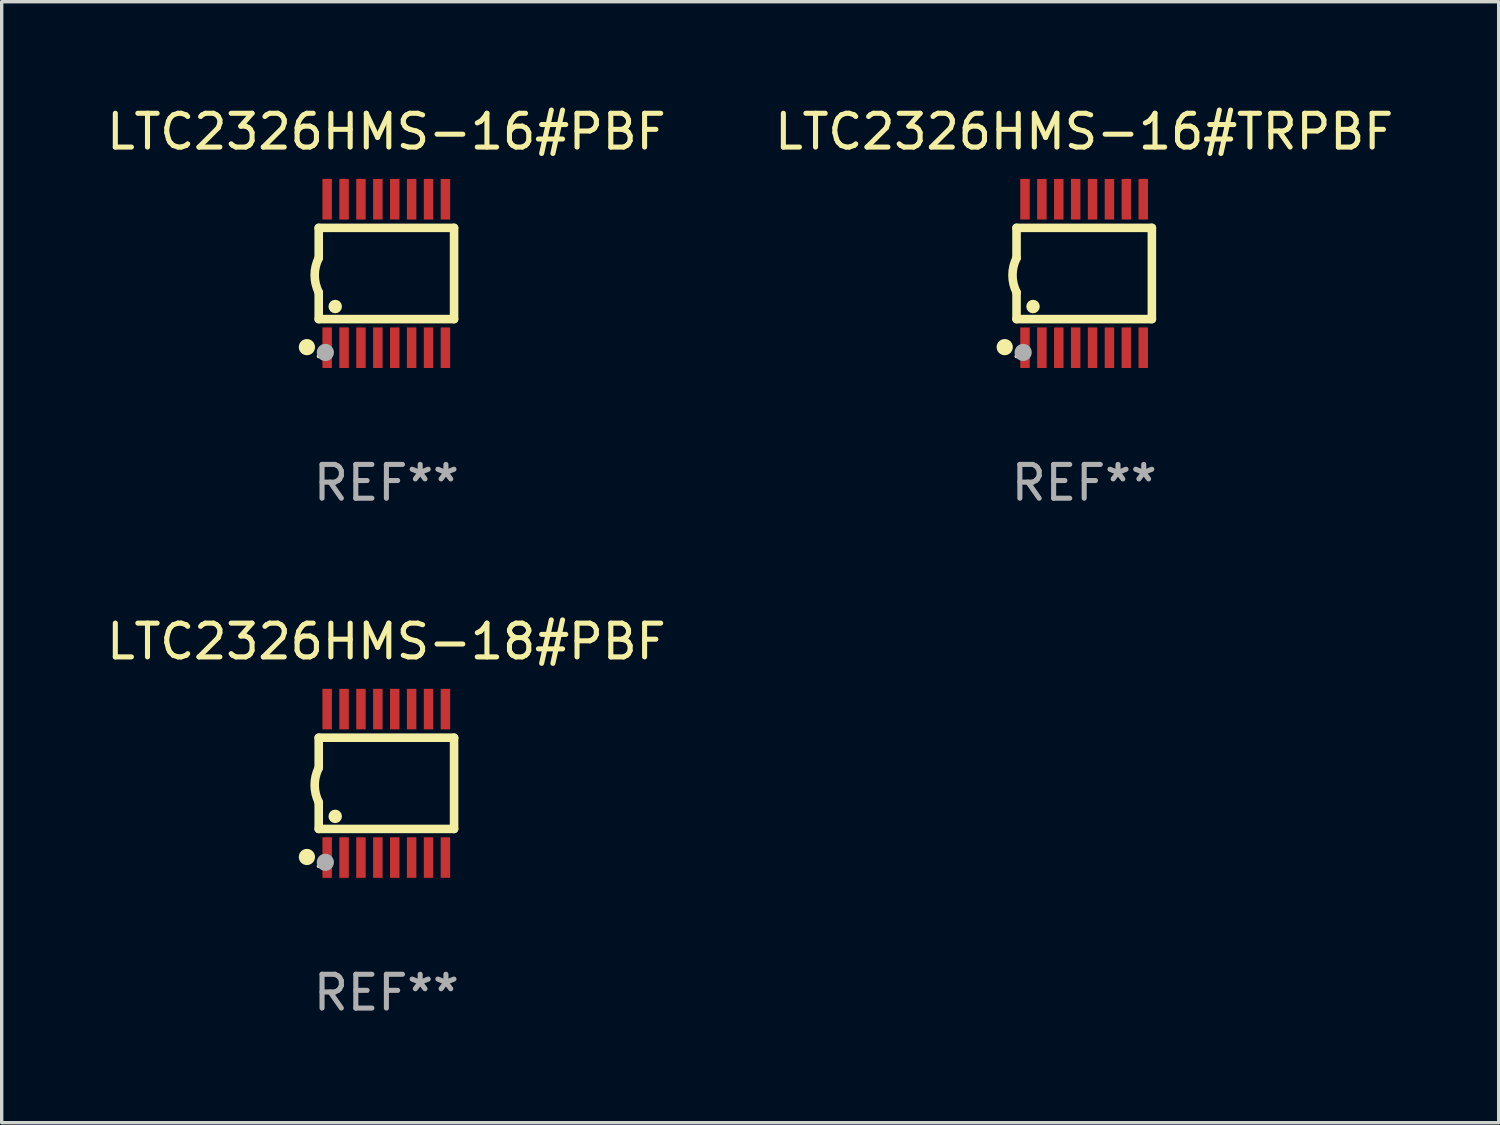
<source format=kicad_pcb>
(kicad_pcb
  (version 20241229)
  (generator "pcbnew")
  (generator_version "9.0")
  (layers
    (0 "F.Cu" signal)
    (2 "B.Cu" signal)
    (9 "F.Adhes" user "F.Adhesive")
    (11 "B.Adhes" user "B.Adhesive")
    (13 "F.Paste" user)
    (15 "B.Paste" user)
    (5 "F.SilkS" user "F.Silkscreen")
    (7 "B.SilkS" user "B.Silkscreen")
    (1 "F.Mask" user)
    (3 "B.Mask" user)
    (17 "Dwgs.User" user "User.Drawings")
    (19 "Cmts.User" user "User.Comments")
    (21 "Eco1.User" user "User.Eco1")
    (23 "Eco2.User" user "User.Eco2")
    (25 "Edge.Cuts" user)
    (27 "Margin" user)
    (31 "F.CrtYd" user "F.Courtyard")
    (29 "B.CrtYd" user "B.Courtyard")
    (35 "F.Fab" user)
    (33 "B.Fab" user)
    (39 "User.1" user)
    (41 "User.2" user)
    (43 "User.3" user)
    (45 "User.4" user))
  (footprint "LTC2326HMS-18#PBF"
    (layer "F.Cu")
    (at 8.387 20.136)
    (property "Reference" "LTC2326HMS-18#PBF" (at 0 -4.197 0) (layer "F.SilkS") (effects (font (size 1 1) (thickness 0.15))))
    (attr through_hole)
    (fp_line (start -2.003 -1.35) (end -2.003 -0.457) (stroke (width 0.254) (type solid)) (layer "F.SilkS"))
    (fp_line (start -2.003 -1.35) (end 2.003 -1.35) (stroke (width 0.254) (type solid)) (layer "F.SilkS"))
    (fp_line (start -2.003 1.35) (end -2.003 0.559) (stroke (width 0.254) (type solid)) (layer "F.SilkS"))
    (fp_line (start -2.003 1.35) (end 2.003 1.35) (stroke (width 0.254) (type solid)) (layer "F.SilkS"))
    (fp_line (start 2.003 -1.35) (end 2.003 1.35) (stroke (width 0.254) (type solid)) (layer "F.SilkS"))
    (fp_arc (start -2.002286 0.558802) (mid -2.122556 0.05092) (end -2.003302 -0.457201) (stroke (width 0.254001) (type solid)) (layer "F.SilkS"))
    (fp_circle (center -2.353 2.18) (end -2.233 2.18) (stroke (width 0.24) (type solid)) (fill no) (layer "F.SilkS"))
    (fp_circle (center -2.003 2.45) (end -1.973 2.45) (stroke (width 0.06) (type solid)) (fill no) (layer "F.SilkS"))
    (fp_circle (center -1.515 0.978) (end -1.415 0.978) (stroke (width 0.2) (type solid)) (fill no) (layer "F.SilkS"))
    (fp_circle (center -1.807 2.337) (end -1.68 2.337) (stroke (width 0.254) (type solid)) (fill no) (layer "F.Fab"))
    (fp_text user "REF**" (at 0 6.197 0) (layer "F.Fab") (effects (font (size 1 1) (thickness 0.15))))
    (pad "1" smd rect (at -1.753 2.197 90) (size 1.2 0.28) (layers "F.Cu" "F.Mask" "F.Paste"))
    (pad "2" smd rect (at -1.253 2.197 90) (size 1.2 0.28) (layers "F.Cu" "F.Mask" "F.Paste"))
    (pad "3" smd rect (at -0.753 2.197 90) (size 1.2 0.28) (layers "F.Cu" "F.Mask" "F.Paste"))
    (pad "4" smd rect (at -0.253 2.197 90) (size 1.2 0.28) (layers "F.Cu" "F.Mask" "F.Paste"))
    (pad "5" smd rect (at 0.247 2.197 90) (size 1.2 0.28) (layers "F.Cu" "F.Mask" "F.Paste"))
    (pad "6" smd rect (at 0.747 2.197 90) (size 1.2 0.28) (layers "F.Cu" "F.Mask" "F.Paste"))
    (pad "7" smd rect (at 1.247 2.197 90) (size 1.2 0.28) (layers "F.Cu" "F.Mask" "F.Paste"))
    (pad "8" smd rect (at 1.747 2.197 90) (size 1.2 0.28) (layers "F.Cu" "F.Mask" "F.Paste"))
    (pad "9" smd rect (at 1.747 -2.197 90) (size 1.2 0.28) (layers "F.Cu" "F.Mask" "F.Paste"))
    (pad "10" smd rect (at 1.247 -2.197 90) (size 1.2 0.28) (layers "F.Cu" "F.Mask" "F.Paste"))
    (pad "11" smd rect (at 0.747 -2.197 90) (size 1.2 0.28) (layers "F.Cu" "F.Mask" "F.Paste"))
    (pad "12" smd rect (at 0.247 -2.197 90) (size 1.2 0.28) (layers "F.Cu" "F.Mask" "F.Paste"))
    (pad "13" smd rect (at -0.253 -2.197 90) (size 1.2 0.28) (layers "F.Cu" "F.Mask" "F.Paste"))
    (pad "14" smd rect (at -0.753 -2.197 90) (size 1.2 0.28) (layers "F.Cu" "F.Mask" "F.Paste"))
    (pad "15" smd rect (at -1.253 -2.197 90) (size 1.2 0.28) (layers "F.Cu" "F.Mask" "F.Paste"))
    (pad "16" smd rect (at -1.753 -2.197 90) (size 1.2 0.28) (layers "F.Cu" "F.Mask" "F.Paste")))
  (footprint "LTC2326HMS-16#TRPBF"
    (layer "F.Cu")
    (at 29.042 5.045)
    (property "Reference" "LTC2326HMS-16#TRPBF" (at 0 -4.197 0) (layer "F.SilkS") (effects (font (size 1 1) (thickness 0.15))))
    (attr through_hole)
    (fp_line (start -2.003 -1.35) (end -2.003 -0.457) (stroke (width 0.254) (type solid)) (layer "F.SilkS"))
    (fp_line (start -2.003 -1.35) (end 2.003 -1.35) (stroke (width 0.254) (type solid)) (layer "F.SilkS"))
    (fp_line (start -2.003 1.35) (end -2.003 0.559) (stroke (width 0.254) (type solid)) (layer "F.SilkS"))
    (fp_line (start -2.003 1.35) (end 2.003 1.35) (stroke (width 0.254) (type solid)) (layer "F.SilkS"))
    (fp_line (start 2.003 -1.35) (end 2.003 1.35) (stroke (width 0.254) (type solid)) (layer "F.SilkS"))
    (fp_arc (start -2.002286 0.558802) (mid -2.122556 0.05092) (end -2.003302 -0.457201) (stroke (width 0.254001) (type solid)) (layer "F.SilkS"))
    (fp_circle (center -2.353 2.18) (end -2.233 2.18) (stroke (width 0.24) (type solid)) (fill no) (layer "F.SilkS"))
    (fp_circle (center -2.003 2.45) (end -1.973 2.45) (stroke (width 0.06) (type solid)) (fill no) (layer "F.SilkS"))
    (fp_circle (center -1.515 0.978) (end -1.415 0.978) (stroke (width 0.2) (type solid)) (fill no) (layer "F.SilkS"))
    (fp_circle (center -1.807 2.337) (end -1.68 2.337) (stroke (width 0.254) (type solid)) (fill no) (layer "F.Fab"))
    (fp_text user "REF**" (at 0 6.197 0) (layer "F.Fab") (effects (font (size 1 1) (thickness 0.15))))
    (pad "1" smd rect (at -1.753 2.197 90) (size 1.2 0.28) (layers "F.Cu" "F.Mask" "F.Paste"))
    (pad "2" smd rect (at -1.253 2.197 90) (size 1.2 0.28) (layers "F.Cu" "F.Mask" "F.Paste"))
    (pad "3" smd rect (at -0.753 2.197 90) (size 1.2 0.28) (layers "F.Cu" "F.Mask" "F.Paste"))
    (pad "4" smd rect (at -0.253 2.197 90) (size 1.2 0.28) (layers "F.Cu" "F.Mask" "F.Paste"))
    (pad "5" smd rect (at 0.247 2.197 90) (size 1.2 0.28) (layers "F.Cu" "F.Mask" "F.Paste"))
    (pad "6" smd rect (at 0.747 2.197 90) (size 1.2 0.28) (layers "F.Cu" "F.Mask" "F.Paste"))
    (pad "7" smd rect (at 1.247 2.197 90) (size 1.2 0.28) (layers "F.Cu" "F.Mask" "F.Paste"))
    (pad "8" smd rect (at 1.747 2.197 90) (size 1.2 0.28) (layers "F.Cu" "F.Mask" "F.Paste"))
    (pad "9" smd rect (at 1.747 -2.197 90) (size 1.2 0.28) (layers "F.Cu" "F.Mask" "F.Paste"))
    (pad "10" smd rect (at 1.247 -2.197 90) (size 1.2 0.28) (layers "F.Cu" "F.Mask" "F.Paste"))
    (pad "11" smd rect (at 0.747 -2.197 90) (size 1.2 0.28) (layers "F.Cu" "F.Mask" "F.Paste"))
    (pad "12" smd rect (at 0.247 -2.197 90) (size 1.2 0.28) (layers "F.Cu" "F.Mask" "F.Paste"))
    (pad "13" smd rect (at -0.253 -2.197 90) (size 1.2 0.28) (layers "F.Cu" "F.Mask" "F.Paste"))
    (pad "14" smd rect (at -0.753 -2.197 90) (size 1.2 0.28) (layers "F.Cu" "F.Mask" "F.Paste"))
    (pad "15" smd rect (at -1.253 -2.197 90) (size 1.2 0.28) (layers "F.Cu" "F.Mask" "F.Paste"))
    (pad "16" smd rect (at -1.753 -2.197 90) (size 1.2 0.28) (layers "F.Cu" "F.Mask" "F.Paste")))
  (footprint "LTC2326HMS-16#PBF"
    (layer "F.Cu")
    (at 8.387 5.045)
    (property "Reference" "LTC2326HMS-16#PBF" (at 0 -4.197 0) (layer "F.SilkS") (effects (font (size 1 1) (thickness 0.15))))
    (attr through_hole)
    (fp_line (start -2.003 -1.35) (end -2.003 -0.457) (stroke (width 0.254) (type solid)) (layer "F.SilkS"))
    (fp_line (start -2.003 -1.35) (end 2.003 -1.35) (stroke (width 0.254) (type solid)) (layer "F.SilkS"))
    (fp_line (start -2.003 1.35) (end -2.003 0.559) (stroke (width 0.254) (type solid)) (layer "F.SilkS"))
    (fp_line (start -2.003 1.35) (end 2.003 1.35) (stroke (width 0.254) (type solid)) (layer "F.SilkS"))
    (fp_line (start 2.003 -1.35) (end 2.003 1.35) (stroke (width 0.254) (type solid)) (layer "F.SilkS"))
    (fp_arc (start -2.002286 0.558802) (mid -2.122556 0.05092) (end -2.003302 -0.457201) (stroke (width 0.254001) (type solid)) (layer "F.SilkS"))
    (fp_circle (center -2.353 2.18) (end -2.233 2.18) (stroke (width 0.24) (type solid)) (fill no) (layer "F.SilkS"))
    (fp_circle (center -2.003 2.45) (end -1.973 2.45) (stroke (width 0.06) (type solid)) (fill no) (layer "F.SilkS"))
    (fp_circle (center -1.515 0.978) (end -1.415 0.978) (stroke (width 0.2) (type solid)) (fill no) (layer "F.SilkS"))
    (fp_circle (center -1.807 2.337) (end -1.68 2.337) (stroke (width 0.254) (type solid)) (fill no) (layer "F.Fab"))
    (fp_text user "REF**" (at 0 6.197 0) (layer "F.Fab") (effects (font (size 1 1) (thickness 0.15))))
    (pad "1" smd rect (at -1.753 2.197 90) (size 1.2 0.28) (layers "F.Cu" "F.Mask" "F.Paste"))
    (pad "2" smd rect (at -1.253 2.197 90) (size 1.2 0.28) (layers "F.Cu" "F.Mask" "F.Paste"))
    (pad "3" smd rect (at -0.753 2.197 90) (size 1.2 0.28) (layers "F.Cu" "F.Mask" "F.Paste"))
    (pad "4" smd rect (at -0.253 2.197 90) (size 1.2 0.28) (layers "F.Cu" "F.Mask" "F.Paste"))
    (pad "5" smd rect (at 0.247 2.197 90) (size 1.2 0.28) (layers "F.Cu" "F.Mask" "F.Paste"))
    (pad "6" smd rect (at 0.747 2.197 90) (size 1.2 0.28) (layers "F.Cu" "F.Mask" "F.Paste"))
    (pad "7" smd rect (at 1.247 2.197 90) (size 1.2 0.28) (layers "F.Cu" "F.Mask" "F.Paste"))
    (pad "8" smd rect (at 1.747 2.197 90) (size 1.2 0.28) (layers "F.Cu" "F.Mask" "F.Paste"))
    (pad "9" smd rect (at 1.747 -2.197 90) (size 1.2 0.28) (layers "F.Cu" "F.Mask" "F.Paste"))
    (pad "10" smd rect (at 1.247 -2.197 90) (size 1.2 0.28) (layers "F.Cu" "F.Mask" "F.Paste"))
    (pad "11" smd rect (at 0.747 -2.197 90) (size 1.2 0.28) (layers "F.Cu" "F.Mask" "F.Paste"))
    (pad "12" smd rect (at 0.247 -2.197 90) (size 1.2 0.28) (layers "F.Cu" "F.Mask" "F.Paste"))
    (pad "13" smd rect (at -0.253 -2.197 90) (size 1.2 0.28) (layers "F.Cu" "F.Mask" "F.Paste"))
    (pad "14" smd rect (at -0.753 -2.197 90) (size 1.2 0.28) (layers "F.Cu" "F.Mask" "F.Paste"))
    (pad "15" smd rect (at -1.253 -2.197 90) (size 1.2 0.28) (layers "F.Cu" "F.Mask" "F.Paste"))
    (pad "16" smd rect (at -1.753 -2.197 90) (size 1.2 0.28) (layers "F.Cu" "F.Mask" "F.Paste")))
  (gr_rect
    (start -3 -3)
    (end 41.31 30.181)
    (stroke (width 0.1) (type default))
    (fill no)
    (layer "Edge.Cuts")))
</source>
